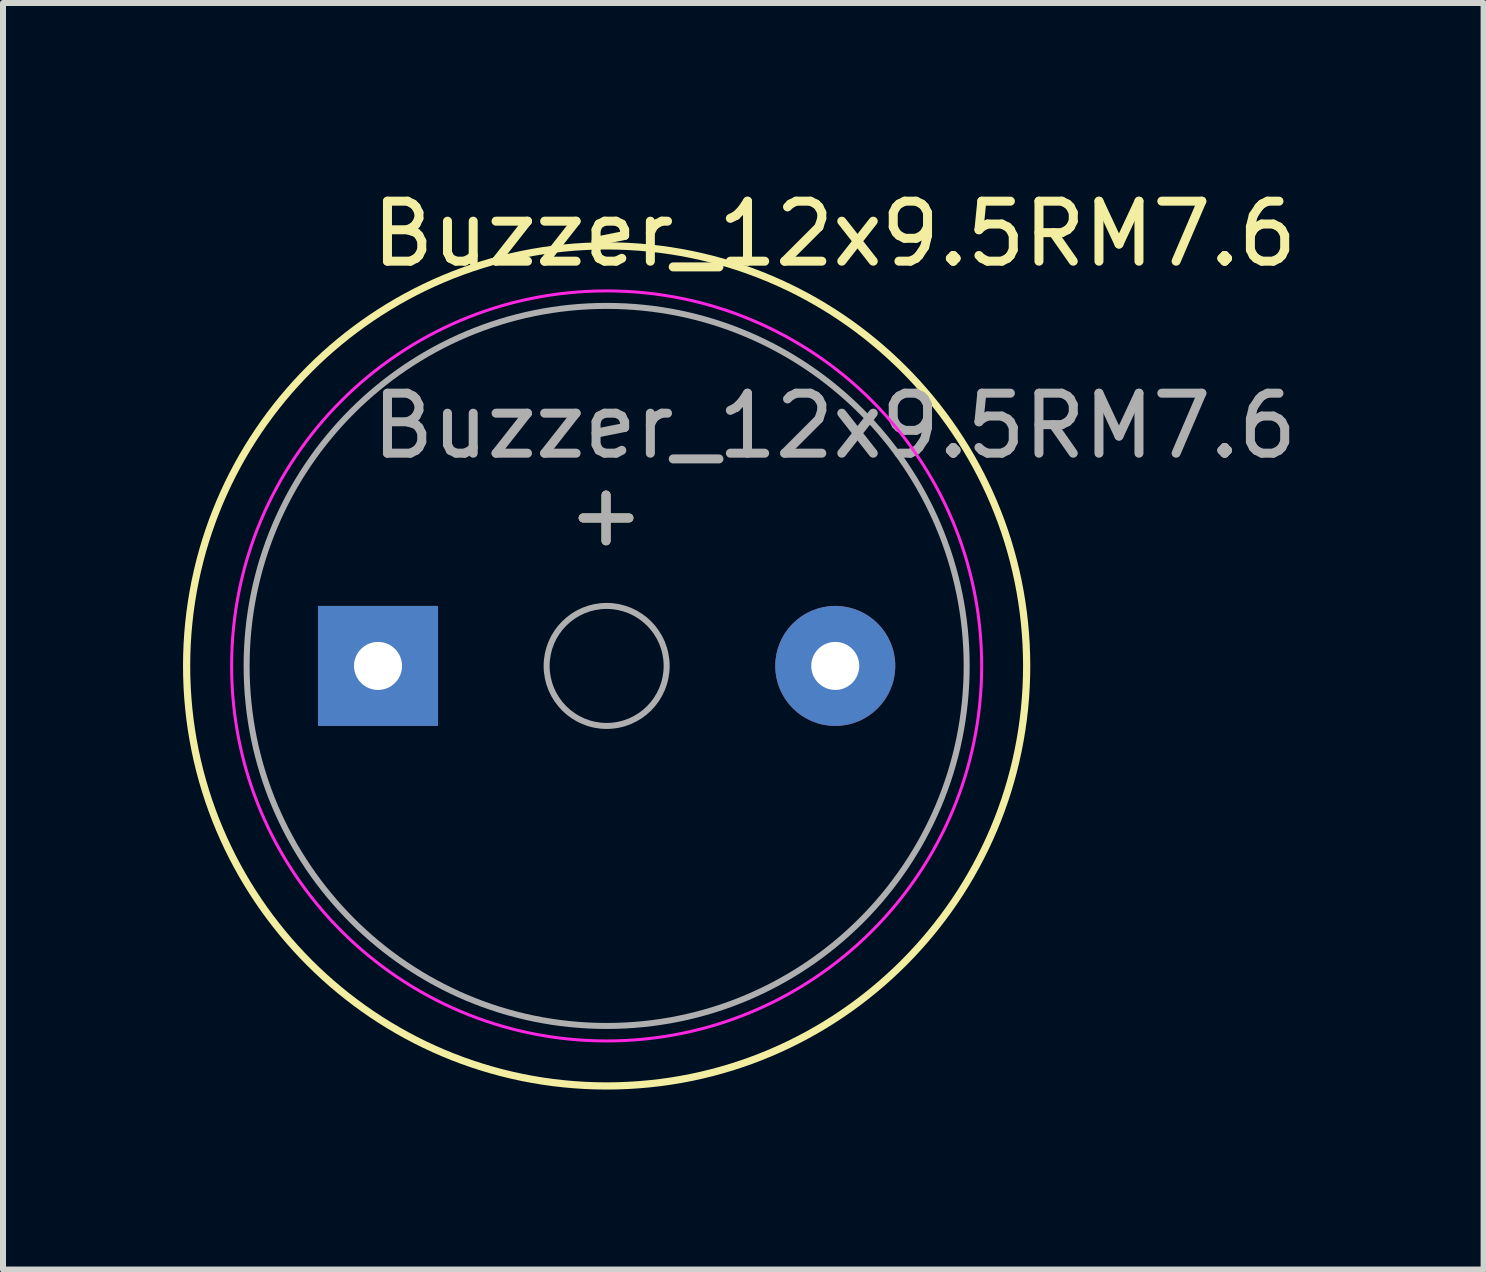
<source format=kicad_pcb>
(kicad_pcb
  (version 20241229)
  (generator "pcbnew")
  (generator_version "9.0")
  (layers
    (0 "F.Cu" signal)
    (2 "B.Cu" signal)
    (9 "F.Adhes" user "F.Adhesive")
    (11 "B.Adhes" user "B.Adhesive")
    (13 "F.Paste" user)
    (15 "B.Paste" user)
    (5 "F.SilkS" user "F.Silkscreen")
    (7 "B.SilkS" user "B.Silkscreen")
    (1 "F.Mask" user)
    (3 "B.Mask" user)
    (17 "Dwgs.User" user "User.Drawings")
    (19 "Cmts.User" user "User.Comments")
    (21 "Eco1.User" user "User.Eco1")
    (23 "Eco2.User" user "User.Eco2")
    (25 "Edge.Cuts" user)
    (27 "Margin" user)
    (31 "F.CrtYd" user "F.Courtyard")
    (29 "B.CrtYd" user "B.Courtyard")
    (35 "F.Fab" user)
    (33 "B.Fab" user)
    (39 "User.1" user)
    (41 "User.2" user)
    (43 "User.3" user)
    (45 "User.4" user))
  (footprint "Buzzer_12x9.5RM7.6"
    (layer "F.Cu")
    (at 7.06 8.048)
    (property "Reference" "Buzzer_12x9.5RM7.6" (at 3.8 -7.2 0) (layer "F.SilkS") (effects (font (size 1 1) (thickness 0.15))))
    (attr through_hole)
    (fp_circle (center 0 0) (end 7 0) (stroke (width 0.12) (type solid)) (fill no) (layer "F.SilkS"))
    (fp_circle (center 0 0) (end 6.25 0) (stroke (width 0.05) (type solid)) (fill no) (layer "F.CrtYd"))
    (fp_circle (center 0 0) (end 1 0) (stroke (width 0.1) (type solid)) (fill no) (layer "F.Fab"))
    (fp_circle (center 0 0) (end 6 0) (stroke (width 0.1) (type solid)) (fill no) (layer "F.Fab"))
    (fp_text user "+" (at -0.01 -2.54 0) (layer "F.SilkS") (effects (font (size 1 1) (thickness 0.15))))
    (fp_text user "${REFERENCE}" (at 3.8 -4 0) (layer "F.Fab") (effects (font (size 1 1) (thickness 0.15))))
    (fp_text user "+" (at -0.01 -2.54 0) (layer "F.Fab") (effects (font (size 1 1) (thickness 0.15))))
    (pad "1" thru_hole rect (at -3.81 0) (size 2 2) (drill 0.8) (layers "*.Cu" "*.Mask"))
    (pad "2" thru_hole circle (at 3.81 0) (size 2 2) (drill 0.8) (layers "*.Cu" "*.Mask")))
  (gr_rect
    (start -3 -3)
    (end 21.675 18.108)
    (stroke (width 0.1) (type default))
    (fill no)
    (layer "Edge.Cuts")))
</source>
